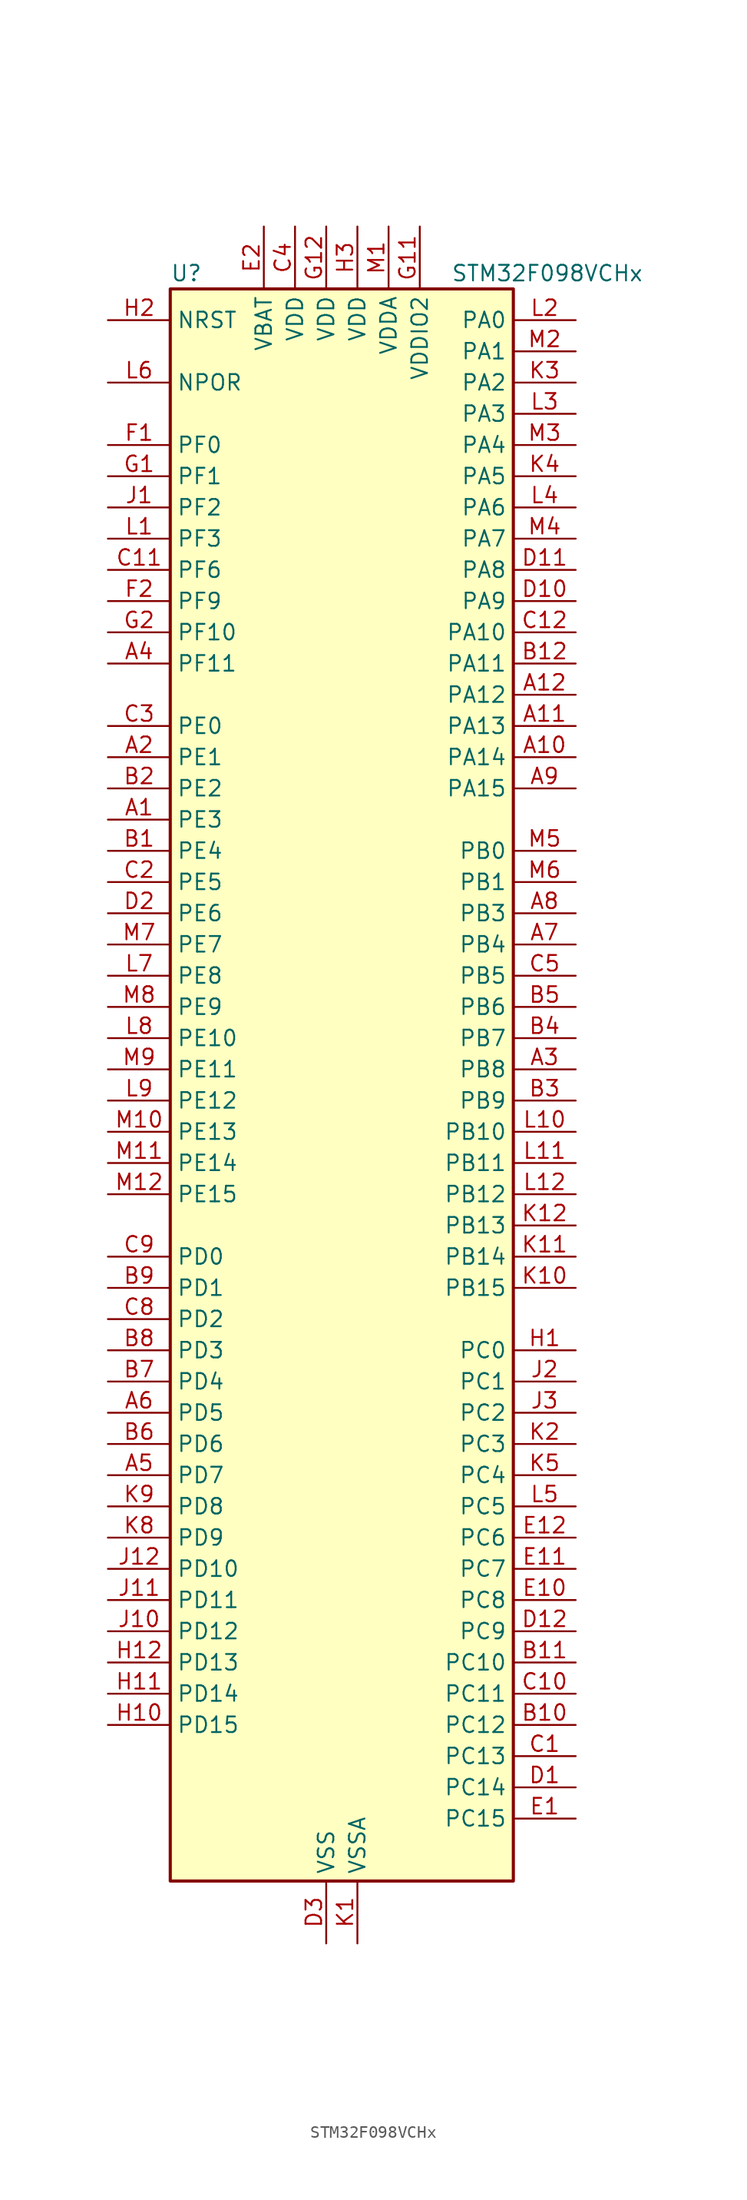
<source format=kicad_sym>
(kicad_symbol_lib
  (version 20220914)
  (generator kicad_symbol_editor)
  (symbol "STM32F098VCHx"
    (property "Reference" "U"
      (at -12.7 67.31 0)
      (effects (font (size 1.27 1.27)) (justify left)))
    (property "Value" "STM32F098VCHx"
      (at 10.16 67.31 0)
      (effects (font (size 1.27 1.27)) (justify left)))
    (property "ki_locked" ""
      (at 0 0 0)
      (effects (font (size 1.27 1.27))))
    (symbol "STM32F098VCHx_0_1"
      (rectangle (start -12.7 -63.5) (end 15.24 66.04) (stroke (width 0.254) (type default)) (fill (type background))))
    (symbol "STM32F098VCHx_1_1"
      (pin bidirectional line (at -17.78 22.86 0) (length 5.08) (name "PE3" (effects (font (size 1.27 1.27)))) (number "A1" (effects (font (size 1.27 1.27)))) (alternate "TIM3_CH1" bidirectional line) (alternate "TSC_G7_IO2" bidirectional line))
      (pin bidirectional line (at 20.32 27.94 180) (length 5.08) (name "PA14" (effects (font (size 1.27 1.27)))) (number "A10" (effects (font (size 1.27 1.27)))) (alternate "SYS_SWCLK" bidirectional line) (alternate "USART2_TX" bidirectional line))
      (pin bidirectional line (at 20.32 30.48 180) (length 5.08) (name "PA13" (effects (font (size 1.27 1.27)))) (number "A11" (effects (font (size 1.27 1.27)))) (alternate "IR_OUT" bidirectional line) (alternate "SYS_SWDIO" bidirectional line))
      (pin bidirectional line (at 20.32 33.02 180) (length 5.08) (name "PA12" (effects (font (size 1.27 1.27)))) (number "A12" (effects (font (size 1.27 1.27)))) (alternate "CAN_TX" bidirectional line) (alternate "COMP2_OUT" bidirectional line) (alternate "I2C2_SDA" bidirectional line) (alternate "TIM1_ETR" bidirectional line) (alternate "TSC_G4_IO4" bidirectional line) (alternate "USART1_DE" bidirectional line) (alternate "USART1_RTS" bidirectional line))
      (pin bidirectional line (at -17.78 27.94 0) (length 5.08) (name "PE1" (effects (font (size 1.27 1.27)))) (number "A2" (effects (font (size 1.27 1.27)))) (alternate "TIM17_CH1" bidirectional line))
      (pin bidirectional line (at 20.32 2.54 180) (length 5.08) (name "PB8" (effects (font (size 1.27 1.27)))) (number "A3" (effects (font (size 1.27 1.27)))) (alternate "CAN_RX" bidirectional line) (alternate "CEC" bidirectional line) (alternate "I2C1_SCL" bidirectional line) (alternate "TIM16_CH1" bidirectional line) (alternate "TSC_SYNC" bidirectional line))
      (pin bidirectional line (at -17.78 35.56 0) (length 5.08) (name "PF11" (effects (font (size 1.27 1.27)))) (number "A4" (effects (font (size 1.27 1.27)))))
      (pin bidirectional line (at -17.78 -30.48 0) (length 5.08) (name "PD7" (effects (font (size 1.27 1.27)))) (number "A5" (effects (font (size 1.27 1.27)))) (alternate "USART2_CK" bidirectional line))
      (pin bidirectional line (at -17.78 -25.4 0) (length 5.08) (name "PD5" (effects (font (size 1.27 1.27)))) (number "A6" (effects (font (size 1.27 1.27)))) (alternate "USART2_TX" bidirectional line))
      (pin bidirectional line (at 20.32 12.7 180) (length 5.08) (name "PB4" (effects (font (size 1.27 1.27)))) (number "A7" (effects (font (size 1.27 1.27)))) (alternate "I2S1_MCK" bidirectional line) (alternate "SPI1_MISO" bidirectional line) (alternate "TIM17_BKIN" bidirectional line) (alternate "TIM3_CH1" bidirectional line) (alternate "TSC_G5_IO2" bidirectional line) (alternate "USART5_RX" bidirectional line))
      (pin bidirectional line (at 20.32 15.24 180) (length 5.08) (name "PB3" (effects (font (size 1.27 1.27)))) (number "A8" (effects (font (size 1.27 1.27)))) (alternate "I2S1_CK" bidirectional line) (alternate "SPI1_SCK" bidirectional line) (alternate "TIM2_CH2" bidirectional line) (alternate "TSC_G5_IO1" bidirectional line) (alternate "USART5_TX" bidirectional line))
      (pin bidirectional line (at 20.32 25.4 180) (length 5.08) (name "PA15" (effects (font (size 1.27 1.27)))) (number "A9" (effects (font (size 1.27 1.27)))) (alternate "I2S1_WS" bidirectional line) (alternate "SPI1_NSS" bidirectional line) (alternate "TIM2_CH1" bidirectional line) (alternate "TIM2_ETR" bidirectional line) (alternate "USART2_RX" bidirectional line) (alternate "USART4_DE" bidirectional line) (alternate "USART4_RTS" bidirectional line))
      (pin bidirectional line (at -17.78 20.32 0) (length 5.08) (name "PE4" (effects (font (size 1.27 1.27)))) (number "B1" (effects (font (size 1.27 1.27)))) (alternate "TIM3_CH2" bidirectional line) (alternate "TSC_G7_IO3" bidirectional line))
      (pin bidirectional line (at 20.32 -50.8 180) (length 5.08) (name "PC12" (effects (font (size 1.27 1.27)))) (number "B10" (effects (font (size 1.27 1.27)))) (alternate "USART3_CK" bidirectional line) (alternate "USART4_CK" bidirectional line) (alternate "USART5_TX" bidirectional line))
      (pin bidirectional line (at 20.32 -45.72 180) (length 5.08) (name "PC10" (effects (font (size 1.27 1.27)))) (number "B11" (effects (font (size 1.27 1.27)))) (alternate "USART3_TX" bidirectional line) (alternate "USART4_TX" bidirectional line))
      (pin bidirectional line (at 20.32 35.56 180) (length 5.08) (name "PA11" (effects (font (size 1.27 1.27)))) (number "B12" (effects (font (size 1.27 1.27)))) (alternate "CAN_RX" bidirectional line) (alternate "COMP1_OUT" bidirectional line) (alternate "I2C2_SCL" bidirectional line) (alternate "TIM1_CH4" bidirectional line) (alternate "TSC_G4_IO3" bidirectional line) (alternate "USART1_CTS" bidirectional line))
      (pin bidirectional line (at -17.78 25.4 0) (length 5.08) (name "PE2" (effects (font (size 1.27 1.27)))) (number "B2" (effects (font (size 1.27 1.27)))) (alternate "TIM3_ETR" bidirectional line) (alternate "TSC_G7_IO1" bidirectional line))
      (pin bidirectional line (at 20.32 0 180) (length 5.08) (name "PB9" (effects (font (size 1.27 1.27)))) (number "B3" (effects (font (size 1.27 1.27)))) (alternate "CAN_TX" bidirectional line) (alternate "DAC_EXTI9" bidirectional line) (alternate "I2C1_SDA" bidirectional line) (alternate "I2S2_WS" bidirectional line) (alternate "IR_OUT" bidirectional line) (alternate "SPI2_NSS" bidirectional line) (alternate "TIM17_CH1" bidirectional line))
      (pin bidirectional line (at 20.32 5.08 180) (length 5.08) (name "PB7" (effects (font (size 1.27 1.27)))) (number "B4" (effects (font (size 1.27 1.27)))) (alternate "I2C1_SDA" bidirectional line) (alternate "TIM17_CH1N" bidirectional line) (alternate "TSC_G5_IO4" bidirectional line) (alternate "USART1_RX" bidirectional line) (alternate "USART4_CTS" bidirectional line))
      (pin bidirectional line (at 20.32 7.62 180) (length 5.08) (name "PB6" (effects (font (size 1.27 1.27)))) (number "B5" (effects (font (size 1.27 1.27)))) (alternate "I2C1_SCL" bidirectional line) (alternate "TIM16_CH1N" bidirectional line) (alternate "TSC_G5_IO3" bidirectional line) (alternate "USART1_TX" bidirectional line))
      (pin bidirectional line (at -17.78 -27.94 0) (length 5.08) (name "PD6" (effects (font (size 1.27 1.27)))) (number "B6" (effects (font (size 1.27 1.27)))) (alternate "USART2_RX" bidirectional line))
      (pin bidirectional line (at -17.78 -22.86 0) (length 5.08) (name "PD4" (effects (font (size 1.27 1.27)))) (number "B7" (effects (font (size 1.27 1.27)))) (alternate "I2S2_SD" bidirectional line) (alternate "SPI2_MOSI" bidirectional line) (alternate "USART2_DE" bidirectional line) (alternate "USART2_RTS" bidirectional line))
      (pin bidirectional line (at -17.78 -20.32 0) (length 5.08) (name "PD3" (effects (font (size 1.27 1.27)))) (number "B8" (effects (font (size 1.27 1.27)))) (alternate "I2S2_MCK" bidirectional line) (alternate "SPI2_MISO" bidirectional line) (alternate "USART2_CTS" bidirectional line))
      (pin bidirectional line (at -17.78 -15.24 0) (length 5.08) (name "PD1" (effects (font (size 1.27 1.27)))) (number "B9" (effects (font (size 1.27 1.27)))) (alternate "CAN_TX" bidirectional line) (alternate "I2S2_CK" bidirectional line) (alternate "SPI2_SCK" bidirectional line))
      (pin bidirectional line (at 20.32 -53.34 180) (length 5.08) (name "PC13" (effects (font (size 1.27 1.27)))) (number "C1" (effects (font (size 1.27 1.27)))) (alternate "RTC_OUT_ALARM" bidirectional line) (alternate "RTC_OUT_CALIB" bidirectional line) (alternate "RTC_TAMP1" bidirectional line) (alternate "RTC_TS" bidirectional line) (alternate "SYS_WKUP2" bidirectional line))
      (pin bidirectional line (at 20.32 -48.26 180) (length 5.08) (name "PC11" (effects (font (size 1.27 1.27)))) (number "C10" (effects (font (size 1.27 1.27)))) (alternate "USART3_RX" bidirectional line) (alternate "USART4_RX" bidirectional line))
      (pin bidirectional line (at -17.78 43.18 0) (length 5.08) (name "PF6" (effects (font (size 1.27 1.27)))) (number "C11" (effects (font (size 1.27 1.27)))))
      (pin bidirectional line (at 20.32 38.1 180) (length 5.08) (name "PA10" (effects (font (size 1.27 1.27)))) (number "C12" (effects (font (size 1.27 1.27)))) (alternate "I2C1_SDA" bidirectional line) (alternate "TIM17_BKIN" bidirectional line) (alternate "TIM1_CH3" bidirectional line) (alternate "TSC_G4_IO2" bidirectional line) (alternate "USART1_RX" bidirectional line))
      (pin bidirectional line (at -17.78 17.78 0) (length 5.08) (name "PE5" (effects (font (size 1.27 1.27)))) (number "C2" (effects (font (size 1.27 1.27)))) (alternate "TIM3_CH3" bidirectional line) (alternate "TSC_G7_IO4" bidirectional line))
      (pin bidirectional line (at -17.78 30.48 0) (length 5.08) (name "PE0" (effects (font (size 1.27 1.27)))) (number "C3" (effects (font (size 1.27 1.27)))) (alternate "TIM16_CH1" bidirectional line))
      (pin power_in line (at -2.54 71.12 270) (length 5.08) (name "VDD" (effects (font (size 1.27 1.27)))) (number "C4" (effects (font (size 1.27 1.27)))))
      (pin bidirectional line (at 20.32 10.16 180) (length 5.08) (name "PB5" (effects (font (size 1.27 1.27)))) (number "C5" (effects (font (size 1.27 1.27)))) (alternate "I2C1_SMBA" bidirectional line) (alternate "I2S1_SD" bidirectional line) (alternate "SPI1_MOSI" bidirectional line) (alternate "SYS_WKUP6" bidirectional line) (alternate "TIM16_BKIN" bidirectional line) (alternate "TIM3_CH2" bidirectional line) (alternate "USART5_CK" bidirectional line) (alternate "USART5_DE" bidirectional line) (alternate "USART5_RTS" bidirectional line))
      (pin bidirectional line (at -17.78 -17.78 0) (length 5.08) (name "PD2" (effects (font (size 1.27 1.27)))) (number "C8" (effects (font (size 1.27 1.27)))) (alternate "TIM3_ETR" bidirectional line) (alternate "USART3_DE" bidirectional line) (alternate "USART3_RTS" bidirectional line) (alternate "USART5_RX" bidirectional line))
      (pin bidirectional line (at -17.78 -12.7 0) (length 5.08) (name "PD0" (effects (font (size 1.27 1.27)))) (number "C9" (effects (font (size 1.27 1.27)))) (alternate "CAN_RX" bidirectional line) (alternate "I2S2_WS" bidirectional line) (alternate "SPI2_NSS" bidirectional line))
      (pin bidirectional line (at 20.32 -55.88 180) (length 5.08) (name "PC14" (effects (font (size 1.27 1.27)))) (number "D1" (effects (font (size 1.27 1.27)))) (alternate "RCC_OSC32_IN" bidirectional line))
      (pin bidirectional line (at 20.32 40.64 180) (length 5.08) (name "PA9" (effects (font (size 1.27 1.27)))) (number "D10" (effects (font (size 1.27 1.27)))) (alternate "DAC_EXTI9" bidirectional line) (alternate "I2C1_SCL" bidirectional line) (alternate "RCC_MCO" bidirectional line) (alternate "TIM15_BKIN" bidirectional line) (alternate "TIM1_CH2" bidirectional line) (alternate "TSC_G4_IO1" bidirectional line) (alternate "USART1_TX" bidirectional line))
      (pin bidirectional line (at 20.32 43.18 180) (length 5.08) (name "PA8" (effects (font (size 1.27 1.27)))) (number "D11" (effects (font (size 1.27 1.27)))) (alternate "CRS_SYNC" bidirectional line) (alternate "RCC_MCO" bidirectional line) (alternate "TIM1_CH1" bidirectional line) (alternate "USART1_CK" bidirectional line))
      (pin bidirectional line (at 20.32 -43.18 180) (length 5.08) (name "PC9" (effects (font (size 1.27 1.27)))) (number "D12" (effects (font (size 1.27 1.27)))) (alternate "DAC_EXTI9" bidirectional line) (alternate "TIM3_CH4" bidirectional line) (alternate "USART8_RX" bidirectional line))
      (pin bidirectional line (at -17.78 15.24 0) (length 5.08) (name "PE6" (effects (font (size 1.27 1.27)))) (number "D2" (effects (font (size 1.27 1.27)))) (alternate "RTC_TAMP3" bidirectional line) (alternate "SYS_WKUP3" bidirectional line) (alternate "TIM3_CH4" bidirectional line))
      (pin power_in line (at 0 -68.58 90) (length 5.08) (name "VSS" (effects (font (size 1.27 1.27)))) (number "D3" (effects (font (size 1.27 1.27)))))
      (pin bidirectional line (at 20.32 -58.42 180) (length 5.08) (name "PC15" (effects (font (size 1.27 1.27)))) (number "E1" (effects (font (size 1.27 1.27)))) (alternate "RCC_OSC32_OUT" bidirectional line))
      (pin bidirectional line (at 20.32 -40.64 180) (length 5.08) (name "PC8" (effects (font (size 1.27 1.27)))) (number "E10" (effects (font (size 1.27 1.27)))) (alternate "TIM3_CH3" bidirectional line) (alternate "USART8_TX" bidirectional line))
      (pin bidirectional line (at 20.32 -38.1 180) (length 5.08) (name "PC7" (effects (font (size 1.27 1.27)))) (number "E11" (effects (font (size 1.27 1.27)))) (alternate "TIM3_CH2" bidirectional line) (alternate "USART7_RX" bidirectional line))
      (pin bidirectional line (at 20.32 -35.56 180) (length 5.08) (name "PC6" (effects (font (size 1.27 1.27)))) (number "E12" (effects (font (size 1.27 1.27)))) (alternate "TIM3_CH1" bidirectional line) (alternate "USART7_TX" bidirectional line))
      (pin power_in line (at -5.08 71.12 270) (length 5.08) (name "VBAT" (effects (font (size 1.27 1.27)))) (number "E2" (effects (font (size 1.27 1.27)))))
      (pin no_connect line (at -12.7 -63.5 0) (length 5.08) hide (name "NC" (effects (font (size 1.27 1.27)))) (number "E3" (effects (font (size 1.27 1.27)))))
      (pin bidirectional line (at -17.78 53.34 0) (length 5.08) (name "PF0" (effects (font (size 1.27 1.27)))) (number "F1" (effects (font (size 1.27 1.27)))) (alternate "CRS_SYNC" bidirectional line) (alternate "I2C1_SDA" bidirectional line) (alternate "RCC_OSC_IN" bidirectional line))
      (pin passive line (at 0 -68.58 90) (length 5.08) hide (name "VSS" (effects (font (size 1.27 1.27)))) (number "F11" (effects (font (size 1.27 1.27)))))
      (pin passive line (at 0 -68.58 90) (length 5.08) hide (name "VSS" (effects (font (size 1.27 1.27)))) (number "F12" (effects (font (size 1.27 1.27)))))
      (pin bidirectional line (at -17.78 40.64 0) (length 5.08) (name "PF9" (effects (font (size 1.27 1.27)))) (number "F2" (effects (font (size 1.27 1.27)))) (alternate "DAC_EXTI9" bidirectional line) (alternate "TIM15_CH1" bidirectional line) (alternate "USART6_TX" bidirectional line))
      (pin bidirectional line (at -17.78 50.8 0) (length 5.08) (name "PF1" (effects (font (size 1.27 1.27)))) (number "G1" (effects (font (size 1.27 1.27)))) (alternate "I2C1_SCL" bidirectional line) (alternate "RCC_OSC_OUT" bidirectional line))
      (pin power_in line (at 7.62 71.12 270) (length 5.08) (name "VDDIO2" (effects (font (size 1.27 1.27)))) (number "G11" (effects (font (size 1.27 1.27)))))
      (pin power_in line (at 0 71.12 270) (length 5.08) (name "VDD" (effects (font (size 1.27 1.27)))) (number "G12" (effects (font (size 1.27 1.27)))))
      (pin bidirectional line (at -17.78 38.1 0) (length 5.08) (name "PF10" (effects (font (size 1.27 1.27)))) (number "G2" (effects (font (size 1.27 1.27)))) (alternate "TIM15_CH2" bidirectional line) (alternate "USART6_RX" bidirectional line))
      (pin bidirectional line (at 20.32 -20.32 180) (length 5.08) (name "PC0" (effects (font (size 1.27 1.27)))) (number "H1" (effects (font (size 1.27 1.27)))) (alternate "ADC_IN10" bidirectional line) (alternate "USART6_TX" bidirectional line) (alternate "USART7_TX" bidirectional line))
      (pin bidirectional line (at -17.78 -50.8 0) (length 5.08) (name "PD15" (effects (font (size 1.27 1.27)))) (number "H10" (effects (font (size 1.27 1.27)))) (alternate "CRS_SYNC" bidirectional line) (alternate "TSC_G8_IO4" bidirectional line) (alternate "USART7_CK" bidirectional line) (alternate "USART7_DE" bidirectional line) (alternate "USART7_RTS" bidirectional line))
      (pin bidirectional line (at -17.78 -48.26 0) (length 5.08) (name "PD14" (effects (font (size 1.27 1.27)))) (number "H11" (effects (font (size 1.27 1.27)))) (alternate "TSC_G8_IO3" bidirectional line) (alternate "USART8_RX" bidirectional line))
      (pin bidirectional line (at -17.78 -45.72 0) (length 5.08) (name "PD13" (effects (font (size 1.27 1.27)))) (number "H12" (effects (font (size 1.27 1.27)))) (alternate "TSC_G8_IO2" bidirectional line) (alternate "USART8_TX" bidirectional line))
      (pin input line (at -17.78 63.5 0) (length 5.08) (name "NRST" (effects (font (size 1.27 1.27)))) (number "H2" (effects (font (size 1.27 1.27)))))
      (pin power_in line (at 2.54 71.12 270) (length 5.08) (name "VDD" (effects (font (size 1.27 1.27)))) (number "H3" (effects (font (size 1.27 1.27)))))
      (pin bidirectional line (at -17.78 48.26 0) (length 5.08) (name "PF2" (effects (font (size 1.27 1.27)))) (number "J1" (effects (font (size 1.27 1.27)))) (alternate "SYS_WKUP8" bidirectional line) (alternate "USART7_CK" bidirectional line) (alternate "USART7_DE" bidirectional line) (alternate "USART7_RTS" bidirectional line) (alternate "USART7_TX" bidirectional line))
      (pin bidirectional line (at -17.78 -43.18 0) (length 5.08) (name "PD12" (effects (font (size 1.27 1.27)))) (number "J10" (effects (font (size 1.27 1.27)))) (alternate "TSC_G8_IO1" bidirectional line) (alternate "USART3_DE" bidirectional line) (alternate "USART3_RTS" bidirectional line) (alternate "USART8_CK" bidirectional line) (alternate "USART8_DE" bidirectional line) (alternate "USART8_RTS" bidirectional line))
      (pin bidirectional line (at -17.78 -40.64 0) (length 5.08) (name "PD11" (effects (font (size 1.27 1.27)))) (number "J11" (effects (font (size 1.27 1.27)))) (alternate "USART3_CTS" bidirectional line))
      (pin bidirectional line (at -17.78 -38.1 0) (length 5.08) (name "PD10" (effects (font (size 1.27 1.27)))) (number "J12" (effects (font (size 1.27 1.27)))) (alternate "USART3_CK" bidirectional line))
      (pin bidirectional line (at 20.32 -22.86 180) (length 5.08) (name "PC1" (effects (font (size 1.27 1.27)))) (number "J2" (effects (font (size 1.27 1.27)))) (alternate "ADC_IN11" bidirectional line) (alternate "USART6_RX" bidirectional line) (alternate "USART7_RX" bidirectional line))
      (pin bidirectional line (at 20.32 -25.4 180) (length 5.08) (name "PC2" (effects (font (size 1.27 1.27)))) (number "J3" (effects (font (size 1.27 1.27)))) (alternate "ADC_IN12" bidirectional line) (alternate "I2S2_MCK" bidirectional line) (alternate "SPI2_MISO" bidirectional line) (alternate "USART8_TX" bidirectional line))
      (pin power_in line (at 2.54 -68.58 90) (length 5.08) (name "VSSA" (effects (font (size 1.27 1.27)))) (number "K1" (effects (font (size 1.27 1.27)))))
      (pin bidirectional line (at 20.32 -15.24 180) (length 5.08) (name "PB15" (effects (font (size 1.27 1.27)))) (number "K10" (effects (font (size 1.27 1.27)))) (alternate "I2S2_SD" bidirectional line) (alternate "RTC_REFIN" bidirectional line) (alternate "SPI2_MOSI" bidirectional line) (alternate "SYS_WKUP7" bidirectional line) (alternate "TIM15_CH1N" bidirectional line) (alternate "TIM15_CH2" bidirectional line) (alternate "TIM1_CH3N" bidirectional line))
      (pin bidirectional line (at 20.32 -12.7 180) (length 5.08) (name "PB14" (effects (font (size 1.27 1.27)))) (number "K11" (effects (font (size 1.27 1.27)))) (alternate "I2C2_SDA" bidirectional line) (alternate "I2S2_MCK" bidirectional line) (alternate "SPI2_MISO" bidirectional line) (alternate "TIM15_CH1" bidirectional line) (alternate "TIM1_CH2N" bidirectional line) (alternate "TSC_G6_IO4" bidirectional line) (alternate "USART3_DE" bidirectional line) (alternate "USART3_RTS" bidirectional line))
      (pin bidirectional line (at 20.32 -10.16 180) (length 5.08) (name "PB13" (effects (font (size 1.27 1.27)))) (number "K12" (effects (font (size 1.27 1.27)))) (alternate "I2C2_SCL" bidirectional line) (alternate "I2S2_CK" bidirectional line) (alternate "SPI2_SCK" bidirectional line) (alternate "TIM1_CH1N" bidirectional line) (alternate "TSC_G6_IO3" bidirectional line) (alternate "USART3_CTS" bidirectional line))
      (pin bidirectional line (at 20.32 -27.94 180) (length 5.08) (name "PC3" (effects (font (size 1.27 1.27)))) (number "K2" (effects (font (size 1.27 1.27)))) (alternate "ADC_IN13" bidirectional line) (alternate "I2S2_SD" bidirectional line) (alternate "SPI2_MOSI" bidirectional line) (alternate "USART8_RX" bidirectional line))
      (pin bidirectional line (at 20.32 58.42 180) (length 5.08) (name "PA2" (effects (font (size 1.27 1.27)))) (number "K3" (effects (font (size 1.27 1.27)))) (alternate "ADC_IN2" bidirectional line) (alternate "COMP2_INM" bidirectional line) (alternate "COMP2_OUT" bidirectional line) (alternate "SYS_WKUP4" bidirectional line) (alternate "TIM15_CH1" bidirectional line) (alternate "TIM2_CH3" bidirectional line) (alternate "TSC_G1_IO3" bidirectional line) (alternate "USART2_TX" bidirectional line))
      (pin bidirectional line (at 20.32 50.8 180) (length 5.08) (name "PA5" (effects (font (size 1.27 1.27)))) (number "K4" (effects (font (size 1.27 1.27)))) (alternate "ADC_IN5" bidirectional line) (alternate "CEC" bidirectional line) (alternate "COMP1_INM" bidirectional line) (alternate "COMP2_INM" bidirectional line) (alternate "DAC_OUT2" bidirectional line) (alternate "I2S1_CK" bidirectional line) (alternate "SPI1_SCK" bidirectional line) (alternate "TIM2_CH1" bidirectional line) (alternate "TIM2_ETR" bidirectional line) (alternate "TSC_G2_IO2" bidirectional line) (alternate "USART6_RX" bidirectional line))
      (pin bidirectional line (at 20.32 -30.48 180) (length 5.08) (name "PC4" (effects (font (size 1.27 1.27)))) (number "K5" (effects (font (size 1.27 1.27)))) (alternate "ADC_IN14" bidirectional line) (alternate "USART3_TX" bidirectional line))
      (pin bidirectional line (at -17.78 -35.56 0) (length 5.08) (name "PD9" (effects (font (size 1.27 1.27)))) (number "K8" (effects (font (size 1.27 1.27)))) (alternate "DAC_EXTI9" bidirectional line) (alternate "USART3_RX" bidirectional line))
      (pin bidirectional line (at -17.78 -33.02 0) (length 5.08) (name "PD8" (effects (font (size 1.27 1.27)))) (number "K9" (effects (font (size 1.27 1.27)))) (alternate "USART3_TX" bidirectional line))
      (pin bidirectional line (at -17.78 45.72 0) (length 5.08) (name "PF3" (effects (font (size 1.27 1.27)))) (number "L1" (effects (font (size 1.27 1.27)))) (alternate "USART6_CK" bidirectional line) (alternate "USART6_DE" bidirectional line) (alternate "USART6_RTS" bidirectional line) (alternate "USART7_RX" bidirectional line))
      (pin bidirectional line (at 20.32 -2.54 180) (length 5.08) (name "PB10" (effects (font (size 1.27 1.27)))) (number "L10" (effects (font (size 1.27 1.27)))) (alternate "CEC" bidirectional line) (alternate "I2C2_SCL" bidirectional line) (alternate "I2S2_CK" bidirectional line) (alternate "SPI2_SCK" bidirectional line) (alternate "TIM2_CH3" bidirectional line) (alternate "TSC_SYNC" bidirectional line) (alternate "USART3_TX" bidirectional line))
      (pin bidirectional line (at 20.32 -5.08 180) (length 5.08) (name "PB11" (effects (font (size 1.27 1.27)))) (number "L11" (effects (font (size 1.27 1.27)))) (alternate "I2C2_SDA" bidirectional line) (alternate "TIM2_CH4" bidirectional line) (alternate "TSC_G6_IO1" bidirectional line) (alternate "USART3_RX" bidirectional line))
      (pin bidirectional line (at 20.32 -7.62 180) (length 5.08) (name "PB12" (effects (font (size 1.27 1.27)))) (number "L12" (effects (font (size 1.27 1.27)))) (alternate "I2S2_WS" bidirectional line) (alternate "SPI2_NSS" bidirectional line) (alternate "TIM15_BKIN" bidirectional line) (alternate "TIM1_BKIN" bidirectional line) (alternate "TSC_G6_IO2" bidirectional line) (alternate "USART3_CK" bidirectional line))
      (pin bidirectional line (at 20.32 63.5 180) (length 5.08) (name "PA0" (effects (font (size 1.27 1.27)))) (number "L2" (effects (font (size 1.27 1.27)))) (alternate "ADC_IN0" bidirectional line) (alternate "COMP1_INM" bidirectional line) (alternate "COMP1_OUT" bidirectional line) (alternate "RTC_TAMP2" bidirectional line) (alternate "SYS_WKUP1" bidirectional line) (alternate "TIM2_CH1" bidirectional line) (alternate "TIM2_ETR" bidirectional line) (alternate "TSC_G1_IO1" bidirectional line) (alternate "USART2_CTS" bidirectional line) (alternate "USART4_TX" bidirectional line))
      (pin bidirectional line (at 20.32 55.88 180) (length 5.08) (name "PA3" (effects (font (size 1.27 1.27)))) (number "L3" (effects (font (size 1.27 1.27)))) (alternate "ADC_IN3" bidirectional line) (alternate "COMP2_INP" bidirectional line) (alternate "TIM15_CH2" bidirectional line) (alternate "TIM2_CH4" bidirectional line) (alternate "TSC_G1_IO4" bidirectional line) (alternate "USART2_RX" bidirectional line))
      (pin bidirectional line (at 20.32 48.26 180) (length 5.08) (name "PA6" (effects (font (size 1.27 1.27)))) (number "L4" (effects (font (size 1.27 1.27)))) (alternate "ADC_IN6" bidirectional line) (alternate "COMP1_OUT" bidirectional line) (alternate "I2S1_MCK" bidirectional line) (alternate "SPI1_MISO" bidirectional line) (alternate "TIM16_CH1" bidirectional line) (alternate "TIM1_BKIN" bidirectional line) (alternate "TIM3_CH1" bidirectional line) (alternate "TSC_G2_IO3" bidirectional line) (alternate "USART3_CTS" bidirectional line))
      (pin bidirectional line (at 20.32 -33.02 180) (length 5.08) (name "PC5" (effects (font (size 1.27 1.27)))) (number "L5" (effects (font (size 1.27 1.27)))) (alternate "ADC_IN15" bidirectional line) (alternate "SYS_WKUP5" bidirectional line) (alternate "TSC_G3_IO1" bidirectional line) (alternate "USART3_RX" bidirectional line))
      (pin input line (at -17.78 58.42 0) (length 5.08) (name "NPOR" (effects (font (size 1.27 1.27)))) (number "L6" (effects (font (size 1.27 1.27)))))
      (pin bidirectional line (at -17.78 10.16 0) (length 5.08) (name "PE8" (effects (font (size 1.27 1.27)))) (number "L7" (effects (font (size 1.27 1.27)))) (alternate "TIM1_CH1N" bidirectional line) (alternate "USART4_TX" bidirectional line))
      (pin bidirectional line (at -17.78 5.08 0) (length 5.08) (name "PE10" (effects (font (size 1.27 1.27)))) (number "L8" (effects (font (size 1.27 1.27)))) (alternate "TIM1_CH2N" bidirectional line) (alternate "USART5_TX" bidirectional line))
      (pin bidirectional line (at -17.78 0 0) (length 5.08) (name "PE12" (effects (font (size 1.27 1.27)))) (number "L9" (effects (font (size 1.27 1.27)))) (alternate "I2S1_WS" bidirectional line) (alternate "SPI1_NSS" bidirectional line) (alternate "TIM1_CH3N" bidirectional line))
      (pin power_in line (at 5.08 71.12 270) (length 5.08) (name "VDDA" (effects (font (size 1.27 1.27)))) (number "M1" (effects (font (size 1.27 1.27)))))
      (pin bidirectional line (at -17.78 -2.54 0) (length 5.08) (name "PE13" (effects (font (size 1.27 1.27)))) (number "M10" (effects (font (size 1.27 1.27)))) (alternate "I2S1_CK" bidirectional line) (alternate "SPI1_SCK" bidirectional line) (alternate "TIM1_CH3" bidirectional line))
      (pin bidirectional line (at -17.78 -5.08 0) (length 5.08) (name "PE14" (effects (font (size 1.27 1.27)))) (number "M11" (effects (font (size 1.27 1.27)))) (alternate "I2S1_MCK" bidirectional line) (alternate "SPI1_MISO" bidirectional line) (alternate "TIM1_CH4" bidirectional line))
      (pin bidirectional line (at -17.78 -7.62 0) (length 5.08) (name "PE15" (effects (font (size 1.27 1.27)))) (number "M12" (effects (font (size 1.27 1.27)))) (alternate "I2S1_SD" bidirectional line) (alternate "SPI1_MOSI" bidirectional line) (alternate "TIM1_BKIN" bidirectional line))
      (pin bidirectional line (at 20.32 60.96 180) (length 5.08) (name "PA1" (effects (font (size 1.27 1.27)))) (number "M2" (effects (font (size 1.27 1.27)))) (alternate "ADC_IN1" bidirectional line) (alternate "COMP1_INP" bidirectional line) (alternate "TIM15_CH1N" bidirectional line) (alternate "TIM2_CH2" bidirectional line) (alternate "TSC_G1_IO2" bidirectional line) (alternate "USART2_DE" bidirectional line) (alternate "USART2_RTS" bidirectional line) (alternate "USART4_RX" bidirectional line))
      (pin bidirectional line (at 20.32 53.34 180) (length 5.08) (name "PA4" (effects (font (size 1.27 1.27)))) (number "M3" (effects (font (size 1.27 1.27)))) (alternate "ADC_IN4" bidirectional line) (alternate "COMP1_INM" bidirectional line) (alternate "COMP2_INM" bidirectional line) (alternate "DAC_OUT1" bidirectional line) (alternate "I2S1_WS" bidirectional line) (alternate "SPI1_NSS" bidirectional line) (alternate "TIM14_CH1" bidirectional line) (alternate "TSC_G2_IO1" bidirectional line) (alternate "USART2_CK" bidirectional line) (alternate "USART6_TX" bidirectional line))
      (pin bidirectional line (at 20.32 45.72 180) (length 5.08) (name "PA7" (effects (font (size 1.27 1.27)))) (number "M4" (effects (font (size 1.27 1.27)))) (alternate "ADC_IN7" bidirectional line) (alternate "COMP2_OUT" bidirectional line) (alternate "I2S1_SD" bidirectional line) (alternate "SPI1_MOSI" bidirectional line) (alternate "TIM14_CH1" bidirectional line) (alternate "TIM17_CH1" bidirectional line) (alternate "TIM1_CH1N" bidirectional line) (alternate "TIM3_CH2" bidirectional line) (alternate "TSC_G2_IO4" bidirectional line))
      (pin bidirectional line (at 20.32 20.32 180) (length 5.08) (name "PB0" (effects (font (size 1.27 1.27)))) (number "M5" (effects (font (size 1.27 1.27)))) (alternate "ADC_IN8" bidirectional line) (alternate "TIM1_CH2N" bidirectional line) (alternate "TIM3_CH3" bidirectional line) (alternate "TSC_G3_IO2" bidirectional line) (alternate "USART3_CK" bidirectional line))
      (pin bidirectional line (at 20.32 17.78 180) (length 5.08) (name "PB1" (effects (font (size 1.27 1.27)))) (number "M6" (effects (font (size 1.27 1.27)))) (alternate "ADC_IN9" bidirectional line) (alternate "TIM14_CH1" bidirectional line) (alternate "TIM1_CH3N" bidirectional line) (alternate "TIM3_CH4" bidirectional line) (alternate "TSC_G3_IO3" bidirectional line) (alternate "USART3_DE" bidirectional line) (alternate "USART3_RTS" bidirectional line))
      (pin bidirectional line (at -17.78 12.7 0) (length 5.08) (name "PE7" (effects (font (size 1.27 1.27)))) (number "M7" (effects (font (size 1.27 1.27)))) (alternate "TIM1_ETR" bidirectional line) (alternate "USART5_CK" bidirectional line) (alternate "USART5_DE" bidirectional line) (alternate "USART5_RTS" bidirectional line))
      (pin bidirectional line (at -17.78 7.62 0) (length 5.08) (name "PE9" (effects (font (size 1.27 1.27)))) (number "M8" (effects (font (size 1.27 1.27)))) (alternate "DAC_EXTI9" bidirectional line) (alternate "TIM1_CH1" bidirectional line) (alternate "USART4_RX" bidirectional line))
      (pin bidirectional line (at -17.78 2.54 0) (length 5.08) (name "PE11" (effects (font (size 1.27 1.27)))) (number "M9" (effects (font (size 1.27 1.27)))) (alternate "TIM1_CH2" bidirectional line) (alternate "USART5_RX" bidirectional line)))))
</source>
